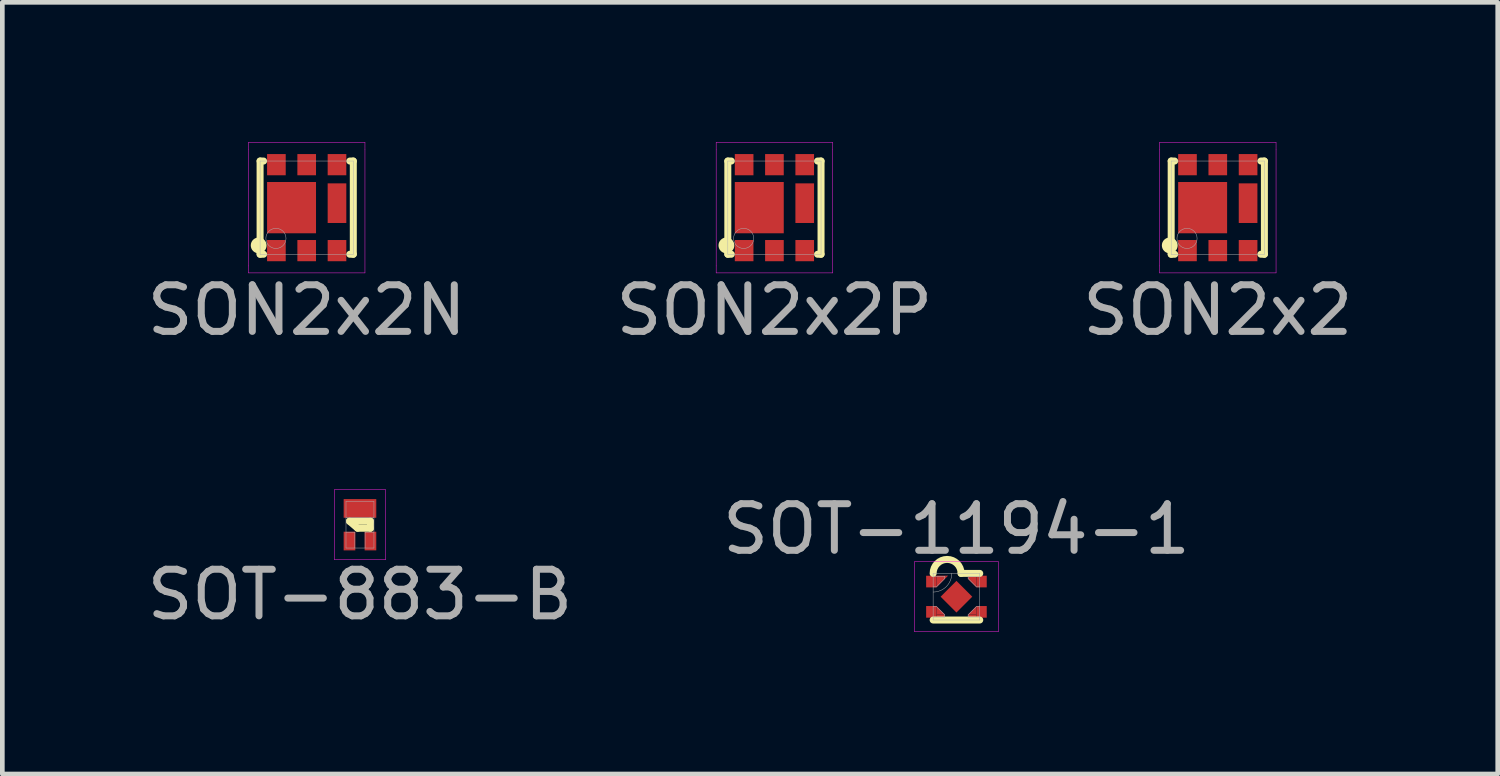
<source format=kicad_pcb>
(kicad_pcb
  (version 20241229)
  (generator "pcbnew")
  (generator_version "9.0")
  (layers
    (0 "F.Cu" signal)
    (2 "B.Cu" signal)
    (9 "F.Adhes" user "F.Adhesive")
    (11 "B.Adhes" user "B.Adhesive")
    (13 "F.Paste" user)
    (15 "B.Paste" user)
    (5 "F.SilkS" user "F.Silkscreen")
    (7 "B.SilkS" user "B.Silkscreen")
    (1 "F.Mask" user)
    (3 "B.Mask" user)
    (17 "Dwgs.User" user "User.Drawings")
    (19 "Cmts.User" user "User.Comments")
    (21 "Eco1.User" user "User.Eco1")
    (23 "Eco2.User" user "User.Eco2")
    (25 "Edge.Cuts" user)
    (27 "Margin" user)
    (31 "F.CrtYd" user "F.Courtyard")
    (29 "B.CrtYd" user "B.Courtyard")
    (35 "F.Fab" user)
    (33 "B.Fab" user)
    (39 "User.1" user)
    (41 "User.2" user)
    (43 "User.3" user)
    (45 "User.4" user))
  (footprint "SOT-883-B"
    (layer "F.Cu")
    (at 4.673 8.208)
    (property "Reference" "SOT-883-B" (at 0 1.5 0) (layer "F.Fab") (effects (font (size 1 1) (thickness 0.15))))
    (attr through_hole)
    (fp_line (start -0.225 -0.075) (end -0.05 0.075) (stroke (width 0.15) (type solid)) (layer "F.SilkS"))
    (fp_line (start -0.05 0.075) (end 0.225 0.075) (stroke (width 0.15) (type solid)) (layer "F.SilkS"))
    (fp_line (start 0.225 -0.075) (end -0.225 -0.075) (stroke (width 0.15) (type solid)) (layer "F.SilkS"))
    (fp_line (start 0.225 0.075) (end 0.225 -0.075) (stroke (width 0.15) (type solid)) (layer "F.SilkS"))
    (fp_line (start -0.55 -0.75) (end 0.55 -0.75) (stroke (width 0.01) (type solid)) (layer "F.CrtYd"))
    (fp_line (start -0.55 0.75) (end -0.55 -0.75) (stroke (width 0.01) (type solid)) (layer "F.CrtYd"))
    (fp_line (start 0.55 -0.75) (end 0.55 0.75) (stroke (width 0.01) (type solid)) (layer "F.CrtYd"))
    (fp_line (start 0.55 0.75) (end -0.55 0.75) (stroke (width 0.01) (type solid)) (layer "F.CrtYd"))
    (fp_line (start -0.3 -0.5) (end 0.3 -0.5) (stroke (width 0.01) (type solid)) (layer "F.Fab"))
    (fp_line (start -0.3 -0.16) (end 0.3 -0.16) (stroke (width 0.01) (type solid)) (layer "F.Fab"))
    (fp_line (start -0.3 0.16) (end -0.11 0.16) (stroke (width 0.01) (type solid)) (layer "F.Fab"))
    (fp_line (start -0.3 0.5) (end -0.3 -0.5) (stroke (width 0.01) (type solid)) (layer "F.Fab"))
    (fp_line (start -0.11 0.16) (end -0.11 0.5) (stroke (width 0.01) (type solid)) (layer "F.Fab"))
    (fp_line (start 0.11 0.16) (end 0.11 0.5) (stroke (width 0.01) (type solid)) (layer "F.Fab"))
    (fp_line (start 0.3 -0.5) (end 0.3 0.5) (stroke (width 0.01) (type solid)) (layer "F.Fab"))
    (fp_line (start 0.3 0.16) (end 0.11 0.16) (stroke (width 0.01) (type solid)) (layer "F.Fab"))
    (fp_line (start 0.3 0.5) (end -0.3 0.5) (stroke (width 0.01) (type solid)) (layer "F.Fab"))
    (pad "D" smd rect (at 0 -0.35) (size 0.7 0.4) (layers "F.Cu" "F.Mask" "F.Paste"))
    (pad "G" smd rect (at -0.225 0.35) (size 0.25 0.4) (layers "F.Cu" "F.Mask" "F.Paste"))
    (pad "S" smd rect (at 0.225 0.35) (size 0.25 0.4) (layers "F.Cu" "F.Mask" "F.Paste")))
  (footprint "SON2x2"
    (layer "F.Cu")
    (at 23.077 1.405)
    (property "Reference" "SON2x2" (at 0 2.2 0) (layer "F.Fab") (effects (font (size 1 1) (thickness 0.15))))
    (attr through_hole)
    (fp_line (start -1 -1) (end -0.925 -1) (stroke (width 0.15) (type solid)) (layer "F.SilkS"))
    (fp_line (start -1 1) (end -1 -1) (stroke (width 0.15) (type solid)) (layer "F.SilkS"))
    (fp_line (start -0.925 1) (end -1 1) (stroke (width 0.15) (type solid)) (layer "F.SilkS"))
    (fp_line (start 0.925 -1) (end 1 -1) (stroke (width 0.15) (type solid)) (layer "F.SilkS"))
    (fp_line (start 1 -1) (end 1 1) (stroke (width 0.15) (type solid)) (layer "F.SilkS"))
    (fp_line (start 1 1) (end 0.925 1) (stroke (width 0.15) (type solid)) (layer "F.SilkS"))
    (fp_circle (center -1.03 0.81) (end -0.94 0.78) (stroke (width 0.15) (type solid)) (fill no) (layer "F.SilkS"))
    (fp_line (start -1.25 -1.4) (end -1.25 -1.25) (stroke (width 0.01) (type solid)) (layer "F.CrtYd"))
    (fp_line (start -1.25 -1.25) (end -1.25 1.25) (stroke (width 0.01) (type solid)) (layer "F.CrtYd"))
    (fp_line (start -1.25 1.25) (end -1.25 1.4) (stroke (width 0.01) (type solid)) (layer "F.CrtYd"))
    (fp_line (start -1.25 1.4) (end 1.25 1.4) (stroke (width 0.01) (type solid)) (layer "F.CrtYd"))
    (fp_line (start 1.25 -1.4) (end -1.25 -1.4) (stroke (width 0.01) (type solid)) (layer "F.CrtYd"))
    (fp_line (start 1.25 -1.25) (end 1.25 -1.4) (stroke (width 0.01) (type solid)) (layer "F.CrtYd"))
    (fp_line (start 1.25 1.4) (end 1.25 -1.25) (stroke (width 0.01) (type solid)) (layer "F.CrtYd"))
    (fp_line (start -1 -1) (end 1 -1) (stroke (width 0.01) (type solid)) (layer "F.Fab"))
    (fp_line (start -1 1) (end -1 -1) (stroke (width 0.01) (type solid)) (layer "F.Fab"))
    (fp_line (start 1 -1) (end 1 1) (stroke (width 0.01) (type solid)) (layer "F.Fab"))
    (fp_line (start 1 1) (end -1 1) (stroke (width 0.01) (type solid)) (layer "F.Fab"))
    (fp_circle (center -0.66 0.66) (end -0.45 0.61) (stroke (width 0.01) (type solid)) (fill no) (layer "F.Fab"))
    (pad "D" smd rect (at 0.65 -0.922) (size 0.4 0.455) (layers "F.Cu" "F.Mask" "F.Paste"))
    (pad "D" smd rect (at 0.65 -0.096) (size 0.4 0.85) (layers "F.Cu" "F.Mask" "F.Paste"))
    (pad "G" smd rect (at 0.65 0.922) (size 0.4 0.455) (layers "F.Cu" "F.Mask" "F.Paste"))
    (pad "S" smd rect (at -0.65 -0.922) (size 0.4 0.455) (layers "F.Cu" "F.Mask" "F.Paste"))
    (pad "S" smd rect (at -0.65 0.922) (size 0.4 0.455) (layers "F.Cu" "F.Mask" "F.Paste"))
    (pad "S" smd rect (at -0.325 0) (size 1.05 1.1) (layers "F.Cu" "F.Mask" "F.Paste"))
    (pad "S" smd rect (at 0 -0.922) (size 0.4 0.455) (layers "F.Cu" "F.Mask" "F.Paste"))
    (pad "S" smd rect (at 0 0.922) (size 0.4 0.455) (layers "F.Cu" "F.Mask" "F.Paste")))
  (footprint "SON2x2N"
    (layer "F.Cu")
    (at 3.53 1.405)
    (property "Reference" "SON2x2N" (at 0 2.2 0) (layer "F.Fab") (effects (font (size 1 1) (thickness 0.15))))
    (attr through_hole)
    (fp_line (start -1 -1) (end -0.925 -1) (stroke (width 0.15) (type solid)) (layer "F.SilkS"))
    (fp_line (start -1 1) (end -1 -1) (stroke (width 0.15) (type solid)) (layer "F.SilkS"))
    (fp_line (start -0.925 1) (end -1 1) (stroke (width 0.15) (type solid)) (layer "F.SilkS"))
    (fp_line (start 0.925 -1) (end 1 -1) (stroke (width 0.15) (type solid)) (layer "F.SilkS"))
    (fp_line (start 1 -1) (end 1 1) (stroke (width 0.15) (type solid)) (layer "F.SilkS"))
    (fp_line (start 1 1) (end 0.925 1) (stroke (width 0.15) (type solid)) (layer "F.SilkS"))
    (fp_circle (center -1.03 0.81) (end -0.94 0.78) (stroke (width 0.15) (type solid)) (fill no) (layer "F.SilkS"))
    (fp_line (start -1.25 -1.4) (end -1.25 -1.25) (stroke (width 0.01) (type solid)) (layer "F.CrtYd"))
    (fp_line (start -1.25 -1.25) (end -1.25 1.25) (stroke (width 0.01) (type solid)) (layer "F.CrtYd"))
    (fp_line (start -1.25 1.25) (end -1.25 1.4) (stroke (width 0.01) (type solid)) (layer "F.CrtYd"))
    (fp_line (start -1.25 1.4) (end 1.25 1.4) (stroke (width 0.01) (type solid)) (layer "F.CrtYd"))
    (fp_line (start 1.25 -1.4) (end -1.25 -1.4) (stroke (width 0.01) (type solid)) (layer "F.CrtYd"))
    (fp_line (start 1.25 -1.25) (end 1.25 -1.4) (stroke (width 0.01) (type solid)) (layer "F.CrtYd"))
    (fp_line (start 1.25 1.4) (end 1.25 -1.25) (stroke (width 0.01) (type solid)) (layer "F.CrtYd"))
    (fp_line (start -1 -1) (end 1 -1) (stroke (width 0.01) (type solid)) (layer "F.Fab"))
    (fp_line (start -1 1) (end -1 -1) (stroke (width 0.01) (type solid)) (layer "F.Fab"))
    (fp_line (start 1 -1) (end 1 1) (stroke (width 0.01) (type solid)) (layer "F.Fab"))
    (fp_line (start 1 1) (end -1 1) (stroke (width 0.01) (type solid)) (layer "F.Fab"))
    (fp_circle (center -0.66 0.66) (end -0.45 0.61) (stroke (width 0.01) (type solid)) (fill no) (layer "F.Fab"))
    (pad "D" smd rect (at -0.65 -0.922) (size 0.4 0.455) (layers "F.Cu" "F.Mask" "F.Paste"))
    (pad "D" smd rect (at -0.65 0.922) (size 0.4 0.455) (layers "F.Cu" "F.Mask" "F.Paste"))
    (pad "D" smd rect (at -0.325 0) (size 1.05 1.1) (layers "F.Cu" "F.Mask" "F.Paste"))
    (pad "D" smd rect (at 0 -0.922) (size 0.4 0.455) (layers "F.Cu" "F.Mask" "F.Paste"))
    (pad "D" smd rect (at 0 0.922) (size 0.4 0.455) (layers "F.Cu" "F.Mask" "F.Paste"))
    (pad "G" smd rect (at 0.65 0.922) (size 0.4 0.455) (layers "F.Cu" "F.Mask" "F.Paste"))
    (pad "S" smd rect (at 0.65 -0.922) (size 0.4 0.455) (layers "F.Cu" "F.Mask" "F.Paste"))
    (pad "S" smd rect (at 0.65 -0.096) (size 0.4 0.85) (layers "F.Cu" "F.Mask" "F.Paste")))
  (footprint "SOT-1194-1"
    (layer "F.Cu")
    (at 17.47 9.752)
    (property "Reference" "SOT-1194-1" (at 0 -1.45 0) (layer "F.Fab") (effects (font (size 1 1) (thickness 0.15))))
    (attr through_hole)
    (fp_line (start -0.5 0.5) (end 0.5 0.5) (stroke (width 0.15) (type solid)) (layer "F.SilkS"))
    (fp_line (start 0.1 -0.5) (end 0.5 -0.5) (stroke (width 0.15) (type solid)) (layer "F.SilkS"))
    (fp_arc (start -0.5 -0.5) (mid -0.2 -0.8) (end 0.1 -0.5) (stroke (width 0.15) (type solid)) (layer "F.SilkS"))
    (fp_line (start -0.9 -0.75) (end 0.9 -0.75) (stroke (width 0.01) (type solid)) (layer "F.CrtYd"))
    (fp_line (start -0.9 0.75) (end -0.9 -0.75) (stroke (width 0.01) (type solid)) (layer "F.CrtYd"))
    (fp_line (start 0.9 -0.75) (end 0.9 0.75) (stroke (width 0.01) (type solid)) (layer "F.CrtYd"))
    (fp_line (start 0.9 0.75) (end -0.9 0.75) (stroke (width 0.01) (type solid)) (layer "F.CrtYd"))
    (fp_line (start -0.5 -0.5) (end 0.5 -0.5) (stroke (width 0.01) (type solid)) (layer "F.Fab"))
    (fp_line (start -0.5 -0.21) (end -0.43 -0.21) (stroke (width 0.01) (type solid)) (layer "F.Fab"))
    (fp_line (start -0.5 0.438) (end -0.25 0.438) (stroke (width 0.01) (type solid)) (layer "F.Fab"))
    (fp_line (start -0.5 0.5) (end -0.5 -0.5) (stroke (width 0.01) (type solid)) (layer "F.Fab"))
    (fp_line (start -0.43 -0.21) (end -0.25 -0.39) (stroke (width 0.01) (type solid)) (layer "F.Fab"))
    (fp_line (start -0.43 0.21) (end -0.5 0.21) (stroke (width 0.01) (type solid)) (layer "F.Fab"))
    (fp_line (start -0.43 0.21) (end -0.25 0.39) (stroke (width 0.01) (type solid)) (layer "F.Fab"))
    (fp_line (start -0.25 -0.438) (end -0.5 -0.438) (stroke (width 0.01) (type solid)) (layer "F.Fab"))
    (fp_line (start -0.25 -0.39) (end -0.25 -0.438) (stroke (width 0.01) (type solid)) (layer "F.Fab"))
    (fp_line (start -0.25 0.438) (end -0.25 0.39) (stroke (width 0.01) (type solid)) (layer "F.Fab"))
    (fp_line (start 0.25 -0.438) (end 0.25 -0.39) (stroke (width 0.01) (type solid)) (layer "F.Fab"))
    (fp_line (start 0.25 0.39) (end 0.25 0.438) (stroke (width 0.01) (type solid)) (layer "F.Fab"))
    (fp_line (start 0.25 0.438) (end 0.5 0.438) (stroke (width 0.01) (type solid)) (layer "F.Fab"))
    (fp_line (start 0.43 -0.21) (end 0.25 -0.39) (stroke (width 0.01) (type solid)) (layer "F.Fab"))
    (fp_line (start 0.43 -0.21) (end 0.5 -0.21) (stroke (width 0.01) (type solid)) (layer "F.Fab"))
    (fp_line (start 0.43 0.21) (end 0.25 0.39) (stroke (width 0.01) (type solid)) (layer "F.Fab"))
    (fp_line (start 0.5 -0.5) (end 0.5 0.5) (stroke (width 0.01) (type solid)) (layer "F.Fab"))
    (fp_line (start 0.5 -0.438) (end 0.25 -0.438) (stroke (width 0.01) (type solid)) (layer "F.Fab"))
    (fp_line (start 0.5 0.21) (end 0.43 0.21) (stroke (width 0.01) (type solid)) (layer "F.Fab"))
    (fp_line (start 0.5 0.5) (end -0.5 0.5) (stroke (width 0.01) (type solid)) (layer "F.Fab"))
    (fp_arc (start -0.1 -0.5) (mid -0.217157 -0.217157) (end -0.5 -0.1) (stroke (width 0.01) (type solid)) (layer "F.Fab"))
    (pad "1" smd rect (at -0.54 -0.325) (size 0.22 0.25) (layers "F.Cu" "F.Mask" "F.Paste"))
    (pad "1" smd trapezoid (at -0.367 -0.388 45) (size 0.177 0.177) (rect_delta 0 0.177) (layers "F.Cu" "F.Mask" "F.Paste"))
    (pad "2" smd rect (at -0.54 0.325) (size 0.22 0.25) (layers "F.Cu" "F.Mask" "F.Paste"))
    (pad "2" smd trapezoid (at -0.385 0.335 135) (size 0.127 0.127) (rect_delta 0 0.127) (layers "F.Cu" "F.Mask" "F.Paste"))
    (pad "2" smd rect (at -0.34 0.415) (size 0.18 0.07) (layers "F.Cu" "F.Mask" "F.Paste"))
    (pad "3" smd rect (at 0.34 0.415) (size 0.18 0.07) (layers "F.Cu" "F.Mask" "F.Paste"))
    (pad "3" smd trapezoid (at 0.385 0.335 225) (size 0.127 0.127) (rect_delta 0 0.127) (layers "F.Cu" "F.Mask" "F.Paste"))
    (pad "3" smd rect (at 0.54 0.325) (size 0.22 0.25) (layers "F.Cu" "F.Mask" "F.Paste"))
    (pad "4" smd rect (at 0.34 -0.415) (size 0.18 0.07) (layers "F.Cu" "F.Mask" "F.Paste"))
    (pad "4" smd trapezoid (at 0.385 -0.335 315) (size 0.127 0.127) (rect_delta 0 0.127) (layers "F.Cu" "F.Mask" "F.Paste"))
    (pad "4" smd rect (at 0.54 -0.325) (size 0.22 0.25) (layers "F.Cu" "F.Mask" "F.Paste"))
    (pad "EP" smd rect (at 0 0 45) (size 0.48 0.48) (layers "F.Cu" "F.Mask" "F.Paste")))
  (footprint "SON2x2P"
    (layer "F.Cu")
    (at 13.565 1.405)
    (property "Reference" "SON2x2P" (at 0 2.2 0) (layer "F.Fab") (effects (font (size 1 1) (thickness 0.15))))
    (attr through_hole)
    (fp_line (start -1 -1) (end -0.925 -1) (stroke (width 0.15) (type solid)) (layer "F.SilkS"))
    (fp_line (start -1 1) (end -1 -1) (stroke (width 0.15) (type solid)) (layer "F.SilkS"))
    (fp_line (start -0.925 1) (end -1 1) (stroke (width 0.15) (type solid)) (layer "F.SilkS"))
    (fp_line (start 0.925 -1) (end 1 -1) (stroke (width 0.15) (type solid)) (layer "F.SilkS"))
    (fp_line (start 1 -1) (end 1 1) (stroke (width 0.15) (type solid)) (layer "F.SilkS"))
    (fp_line (start 1 1) (end 0.925 1) (stroke (width 0.15) (type solid)) (layer "F.SilkS"))
    (fp_circle (center -1.03 0.81) (end -0.94 0.78) (stroke (width 0.15) (type solid)) (fill no) (layer "F.SilkS"))
    (fp_line (start -1.25 -1.4) (end -1.25 -1.25) (stroke (width 0.01) (type solid)) (layer "F.CrtYd"))
    (fp_line (start -1.25 -1.25) (end -1.25 1.25) (stroke (width 0.01) (type solid)) (layer "F.CrtYd"))
    (fp_line (start -1.25 1.25) (end -1.25 1.4) (stroke (width 0.01) (type solid)) (layer "F.CrtYd"))
    (fp_line (start -1.25 1.4) (end 1.25 1.4) (stroke (width 0.01) (type solid)) (layer "F.CrtYd"))
    (fp_line (start 1.25 -1.4) (end -1.25 -1.4) (stroke (width 0.01) (type solid)) (layer "F.CrtYd"))
    (fp_line (start 1.25 -1.25) (end 1.25 -1.4) (stroke (width 0.01) (type solid)) (layer "F.CrtYd"))
    (fp_line (start 1.25 1.4) (end 1.25 -1.25) (stroke (width 0.01) (type solid)) (layer "F.CrtYd"))
    (fp_line (start -1 -1) (end 1 -1) (stroke (width 0.01) (type solid)) (layer "F.Fab"))
    (fp_line (start -1 1) (end -1 -1) (stroke (width 0.01) (type solid)) (layer "F.Fab"))
    (fp_line (start 1 -1) (end 1 1) (stroke (width 0.01) (type solid)) (layer "F.Fab"))
    (fp_line (start 1 1) (end -1 1) (stroke (width 0.01) (type solid)) (layer "F.Fab"))
    (fp_circle (center -0.66 0.66) (end -0.45 0.61) (stroke (width 0.01) (type solid)) (fill no) (layer "F.Fab"))
    (pad "D" smd rect (at 0.65 -0.922) (size 0.4 0.455) (layers "F.Cu" "F.Mask" "F.Paste"))
    (pad "D" smd rect (at 0.65 -0.096) (size 0.4 0.85) (layers "F.Cu" "F.Mask" "F.Paste"))
    (pad "G" smd rect (at 0.65 0.922) (size 0.4 0.455) (layers "F.Cu" "F.Mask" "F.Paste"))
    (pad "S" smd rect (at -0.65 -0.922) (size 0.4 0.455) (layers "F.Cu" "F.Mask" "F.Paste"))
    (pad "S" smd rect (at -0.65 0.922) (size 0.4 0.455) (layers "F.Cu" "F.Mask" "F.Paste"))
    (pad "S" smd rect (at -0.325 0) (size 1.05 1.1) (layers "F.Cu" "F.Mask" "F.Paste"))
    (pad "S" smd rect (at 0 -0.922) (size 0.4 0.455) (layers "F.Cu" "F.Mask" "F.Paste"))
    (pad "S" smd rect (at 0 0.922) (size 0.4 0.455) (layers "F.Cu" "F.Mask" "F.Paste")))
  (gr_rect
    (start -3 -3)
    (end 29.083 13.556)
    (stroke (width 0.1) (type default))
    (fill no)
    (layer "Edge.Cuts")))
</source>
